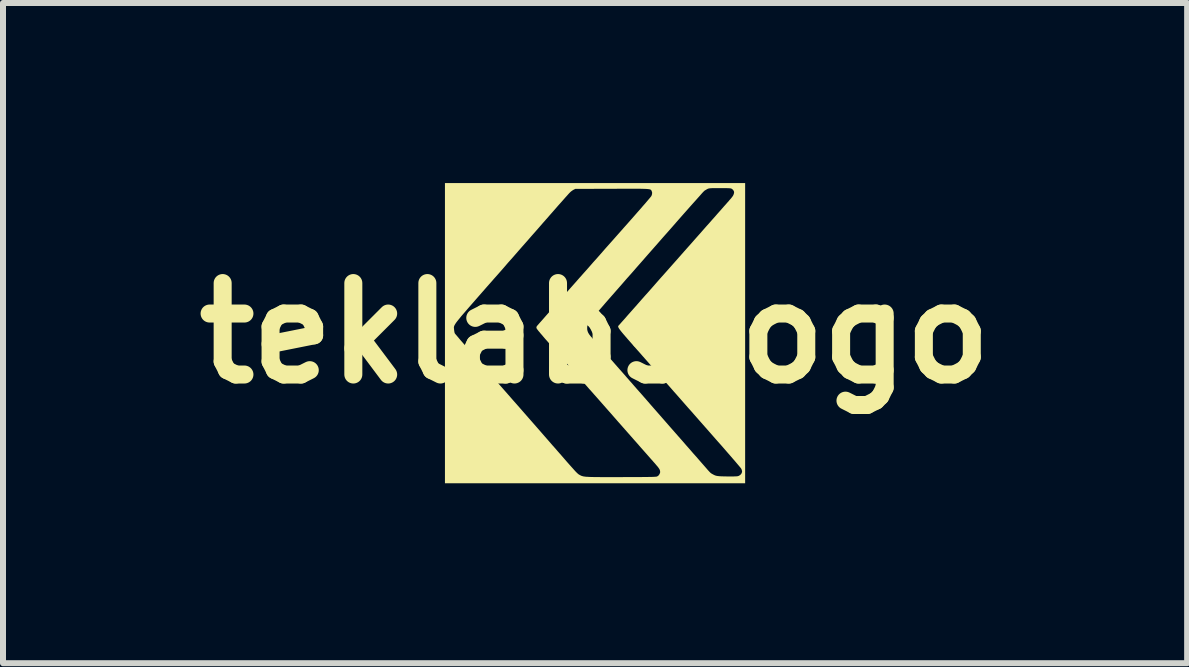
<source format=kicad_pcb>
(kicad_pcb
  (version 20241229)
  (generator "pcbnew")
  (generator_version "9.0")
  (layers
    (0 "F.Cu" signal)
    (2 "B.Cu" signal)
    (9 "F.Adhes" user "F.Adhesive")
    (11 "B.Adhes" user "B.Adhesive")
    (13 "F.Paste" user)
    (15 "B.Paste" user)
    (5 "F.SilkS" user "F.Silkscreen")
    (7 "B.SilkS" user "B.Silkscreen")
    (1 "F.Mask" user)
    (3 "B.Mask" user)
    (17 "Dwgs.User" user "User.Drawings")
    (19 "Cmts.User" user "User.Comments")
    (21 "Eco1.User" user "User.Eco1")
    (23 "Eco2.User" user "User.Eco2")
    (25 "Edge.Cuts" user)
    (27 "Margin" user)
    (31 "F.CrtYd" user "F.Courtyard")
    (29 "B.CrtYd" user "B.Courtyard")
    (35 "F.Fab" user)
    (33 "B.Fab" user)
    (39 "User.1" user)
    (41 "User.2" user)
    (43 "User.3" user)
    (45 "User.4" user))
  (footprint "teklabslogo"
    (layer "F.Cu")
    (at 6.865 2.501)
    (property "Reference" "teklabslogo" (at 0 0 0) (layer "F.SilkS") (effects (font (size 1.524 1.524) (thickness 0.3))))
    (attr board_only exclude_from_pos_files exclude_from_bom)
    (fp_poly (pts (xy 2.501 2.501) (xy -2.501 2.501) (xy -2.501 -0.09) (xy -2.352 -0.09) (xy -2.351 -0.081) (xy -2.35 -0.071) (xy -2.349 -0.061) (xy -2.349 -0.06) (xy -2.346 -0.035) (xy -2.342 -0.012) (xy -2.337 0.003) (xy -2.331 0.011) (xy -2.318 0.027) (xy -2.297 0.051) (xy -2.271 0.082) (xy -2.239 0.12) (xy -2.202 0.162) (xy -2.161 0.21) (xy -2.117 0.261) (xy -2.07 0.315) (xy -2.028 0.363) (xy -1.978 0.42) (xy -1.921 0.485) (xy -1.858 0.557) (xy -1.79 0.634) (xy -1.719 0.715) (xy -1.647 0.798) (xy -1.573 0.882) (xy -1.499 0.966) (xy -1.428 1.047) (xy -1.359 1.126) (xy -1.313 1.178) (xy -1.247 1.253) (xy -1.179 1.331) (xy -1.108 1.412) (xy -1.037 1.493) (xy -0.966 1.574) (xy -0.897 1.653) (xy -0.831 1.729) (xy -0.768 1.801) (xy -0.711 1.867) (xy -0.659 1.925) (xy -0.624 1.966) (xy -0.564 2.034) (xy -0.512 2.094) (xy -0.467 2.146) (xy -0.428 2.19) (xy -0.395 2.227) (xy -0.367 2.258) (xy -0.344 2.284) (xy -0.325 2.305) (xy -0.309 2.321) (xy -0.296 2.334) (xy -0.285 2.343) (xy -0.276 2.351) (xy -0.267 2.357) (xy -0.259 2.361) (xy -0.251 2.366) (xy -0.25 2.366) (xy -0.239 2.372) (xy -0.228 2.377) (xy -0.217 2.381) (xy -0.205 2.384) (xy -0.19 2.388) (xy -0.173 2.39) (xy -0.152 2.393) (xy -0.127 2.394) (xy -0.096 2.396) (xy -0.06 2.397) (xy -0.016 2.398) (xy 0.035 2.398) (xy 0.094 2.399) (xy 0.163 2.399) (xy 0.242 2.399) (xy 0.332 2.399) (xy 0.433 2.399) (xy 0.444 2.399) (xy 0.542 2.398) (xy 0.628 2.398) (xy 0.703 2.398) (xy 0.768 2.398) (xy 0.823 2.397) (xy 0.87 2.397) (xy 0.909 2.396) (xy 0.942 2.396) (xy 0.967 2.395) (xy 0.988 2.394) (xy 1.004 2.393) (xy 1.016 2.392) (xy 1.025 2.391) (xy 1.031 2.389) (xy 1.036 2.387) (xy 1.039 2.386) (xy 1.06 2.37) (xy 1.076 2.346) (xy 1.085 2.32) (xy 1.084 2.299) (xy 1.081 2.287) (xy 1.077 2.275) (xy 1.07 2.262) (xy 1.06 2.247) (xy 1.046 2.228) (xy 1.026 2.205) (xy 1 2.174) (xy 0.966 2.136) (xy 0.965 2.134) (xy 0.946 2.113) (xy 0.92 2.084) (xy 0.888 2.047) (xy 0.849 2.003) (xy 0.805 1.953) (xy 0.756 1.898) (xy 0.704 1.838) (xy 0.648 1.775) (xy 0.591 1.71) (xy 0.531 1.642) (xy 0.471 1.574) (xy 0.45 1.55) (xy 0.388 1.48) (xy 0.325 1.408) (xy 0.263 1.337) (xy 0.201 1.267) (xy 0.142 1.2) (xy 0.085 1.135) (xy 0.032 1.075) (xy -0.016 1.021) (xy -0.059 0.972) (xy -0.096 0.931) (xy -0.125 0.898) (xy -0.128 0.894) (xy -0.227 0.782) (xy -0.317 0.679) (xy -0.4 0.585) (xy -0.476 0.499) (xy -0.545 0.421) (xy -0.607 0.35) (xy -0.663 0.286) (xy -0.713 0.229) (xy -0.757 0.179) (xy -0.796 0.134) (xy -0.831 0.095) (xy -0.86 0.061) (xy -0.885 0.031) (xy -0.907 0.006) (xy -0.924 -0.015) (xy -0.939 -0.032) (xy -0.95 -0.046) (xy -0.959 -0.058) (xy -0.966 -0.067) (xy -0.97 -0.073) (xy -0.973 -0.079) (xy -0.975 -0.083) (xy -0.976 -0.084) (xy -0.131 -0.084) (xy -0.13 -0.057) (xy -0.124 -0.032) (xy -0.114 -0.007) (xy -0.098 0.02) (xy -0.075 0.05) (xy -0.043 0.086) (xy -0.043 0.088) (xy -0.033 0.098) (xy -0.016 0.117) (xy 0.008 0.145) (xy 0.039 0.18) (xy 0.077 0.223) (xy 0.12 0.273) (xy 0.169 0.329) (xy 0.223 0.39) (xy 0.282 0.457) (xy 0.344 0.528) (xy 0.41 0.603) (xy 0.48 0.682) (xy 0.551 0.764) (xy 0.626 0.849) (xy 0.701 0.935) (xy 0.779 1.023) (xy 0.857 1.112) (xy 0.935 1.202) (xy 1.013 1.291) (xy 1.091 1.38) (xy 1.167 1.467) (xy 1.242 1.553) (xy 1.315 1.636) (xy 1.386 1.717) (xy 1.454 1.794) (xy 1.518 1.868) (xy 1.579 1.937) (xy 1.635 2.002) (xy 1.687 2.06) (xy 1.733 2.113) (xy 1.774 2.16) (xy 1.809 2.2) (xy 1.837 2.232) (xy 1.858 2.256) (xy 1.871 2.271) (xy 1.875 2.276) (xy 1.897 2.3) (xy 1.914 2.318) (xy 1.928 2.331) (xy 1.944 2.342) (xy 1.964 2.353) (xy 1.964 2.353) (xy 1.983 2.363) (xy 2.001 2.371) (xy 2.021 2.377) (xy 2.044 2.381) (xy 2.073 2.384) (xy 2.107 2.386) (xy 2.151 2.387) (xy 2.205 2.388) (xy 2.218 2.388) (xy 2.267 2.388) (xy 2.305 2.388) (xy 2.334 2.387) (xy 2.356 2.386) (xy 2.371 2.385) (xy 2.383 2.382) (xy 2.392 2.379) (xy 2.401 2.376) (xy 2.401 2.375) (xy 2.425 2.358) (xy 2.443 2.334) (xy 2.45 2.309) (xy 2.45 2.304) (xy 2.447 2.287) (xy 2.44 2.266) (xy 2.436 2.259) (xy 2.43 2.25) (xy 2.417 2.234) (xy 2.396 2.209) (xy 2.368 2.176) (xy 2.335 2.137) (xy 2.296 2.092) (xy 2.252 2.041) (xy 2.204 1.986) (xy 2.153 1.927) (xy 2.098 1.864) (xy 2.04 1.799) (xy 1.997 1.75) (xy 1.933 1.677) (xy 1.867 1.602) (xy 1.8 1.526) (xy 1.734 1.451) (xy 1.669 1.377) (xy 1.606 1.305) (xy 1.546 1.238) (xy 1.491 1.175) (xy 1.441 1.118) (xy 1.397 1.068) (xy 1.36 1.026) (xy 1.357 1.022) (xy 1.318 0.979) (xy 1.273 0.927) (xy 1.222 0.869) (xy 1.165 0.805) (xy 1.105 0.737) (xy 1.042 0.665) (xy 0.978 0.592) (xy 0.913 0.518) (xy 0.849 0.445) (xy 0.786 0.374) (xy 0.763 0.347) (xy 0.697 0.273) (xy 0.639 0.207) (xy 0.588 0.149) (xy 0.544 0.099) (xy 0.506 0.055) (xy 0.475 0.019) (xy 0.449 -0.012) (xy 0.428 -0.038) (xy 0.412 -0.059) (xy 0.4 -0.076) (xy 0.392 -0.09) (xy 0.387 -0.1) (xy 0.385 -0.109) (xy 0.386 -0.116) (xy 0.388 -0.122) (xy 0.393 -0.127) (xy 0.398 -0.132) (xy 0.402 -0.137) (xy 0.409 -0.144) (xy 0.423 -0.16) (xy 0.444 -0.184) (xy 0.471 -0.214) (xy 0.504 -0.251) (xy 0.541 -0.294) (xy 0.583 -0.341) (xy 0.629 -0.393) (xy 0.677 -0.447) (xy 0.727 -0.504) (xy 0.729 -0.506) (xy 0.776 -0.56) (xy 0.831 -0.622) (xy 0.892 -0.69) (xy 0.958 -0.765) (xy 1.028 -0.845) (xy 1.101 -0.928) (xy 1.177 -1.013) (xy 1.254 -1.1) (xy 1.331 -1.187) (xy 1.407 -1.273) (xy 1.481 -1.357) (xy 1.544 -1.428) (xy 1.61 -1.502) (xy 1.674 -1.575) (xy 1.737 -1.646) (xy 1.796 -1.713) (xy 1.853 -1.778) (xy 1.907 -1.838) (xy 1.956 -1.894) (xy 2 -1.943) (xy 2.038 -1.987) (xy 2.071 -2.024) (xy 2.097 -2.053) (xy 2.115 -2.074) (xy 2.122 -2.082) (xy 2.15 -2.114) (xy 2.179 -2.146) (xy 2.205 -2.176) (xy 2.228 -2.201) (xy 2.238 -2.214) (xy 2.265 -2.244) (xy 2.283 -2.267) (xy 2.297 -2.286) (xy 2.306 -2.303) (xy 2.312 -2.32) (xy 2.313 -2.323) (xy 2.317 -2.342) (xy 2.316 -2.357) (xy 2.311 -2.37) (xy 2.298 -2.389) (xy 2.281 -2.403) (xy 2.28 -2.404) (xy 2.273 -2.408) (xy 2.266 -2.41) (xy 2.255 -2.413) (xy 2.241 -2.414) (xy 2.221 -2.415) (xy 2.193 -2.416) (xy 2.158 -2.416) (xy 2.111 -2.416) (xy 2.082 -2.416) (xy 2.03 -2.416) (xy 1.988 -2.416) (xy 1.957 -2.416) (xy 1.932 -2.415) (xy 1.914 -2.413) (xy 1.901 -2.412) (xy 1.89 -2.409) (xy 1.881 -2.406) (xy 1.874 -2.403) (xy 1.851 -2.39) (xy 1.828 -2.376) (xy 1.821 -2.371) (xy 1.814 -2.364) (xy 1.799 -2.349) (xy 1.777 -2.325) (xy 1.749 -2.293) (xy 1.715 -2.255) (xy 1.675 -2.21) (xy 1.63 -2.16) (xy 1.581 -2.105) (xy 1.529 -2.046) (xy 1.473 -1.983) (xy 1.415 -1.917) (xy 1.357 -1.851) (xy 1.29 -1.774) (xy 1.216 -1.69) (xy 1.136 -1.6) (xy 1.052 -1.504) (xy 0.965 -1.405) (xy 0.876 -1.304) (xy 0.787 -1.202) (xy 0.698 -1.101) (xy 0.612 -1.002) (xy 0.528 -0.908) (xy 0.45 -0.818) (xy 0.407 -0.769) (xy 0.32 -0.67) (xy 0.242 -0.581) (xy 0.172 -0.501) (xy 0.11 -0.429) (xy 0.055 -0.366) (xy 0.009 -0.312) (xy -0.031 -0.266) (xy -0.062 -0.229) (xy -0.086 -0.199) (xy -0.104 -0.178) (xy -0.114 -0.164) (xy -0.116 -0.159) (xy -0.126 -0.134) (xy -0.13 -0.107) (xy -0.131 -0.084) (xy -0.976 -0.084) (xy -0.976 -0.085) (xy -0.977 -0.098) (xy -0.974 -0.109) (xy -0.965 -0.122) (xy -0.95 -0.139) (xy -0.937 -0.154) (xy -0.916 -0.178) (xy -0.888 -0.209) (xy -0.853 -0.249) (xy -0.813 -0.295) (xy -0.766 -0.348) (xy -0.714 -0.406) (xy -0.658 -0.47) (xy -0.598 -0.538) (xy -0.534 -0.61) (xy -0.468 -0.685) (xy -0.399 -0.763) (xy -0.328 -0.843) (xy -0.256 -0.925) (xy -0.183 -1.007) (xy -0.109 -1.09) (xy -0.037 -1.173) (xy 0.036 -1.254) (xy 0.107 -1.335) (xy 0.175 -1.413) (xy 0.242 -1.488) (xy 0.306 -1.56) (xy 0.366 -1.628) (xy 0.422 -1.691) (xy 0.474 -1.75) (xy 0.52 -1.802) (xy 0.561 -1.848) (xy 0.596 -1.888) (xy 0.606 -1.899) (xy 0.657 -1.957) (xy 0.706 -2.013) (xy 0.753 -2.066) (xy 0.795 -2.115) (xy 0.834 -2.159) (xy 0.867 -2.198) (xy 0.895 -2.231) (xy 0.917 -2.257) (xy 0.932 -2.276) (xy 0.94 -2.286) (xy 0.94 -2.287) (xy 0.95 -2.317) (xy 0.951 -2.346) (xy 0.942 -2.371) (xy 0.942 -2.372) (xy 0.938 -2.378) (xy 0.935 -2.383) (xy 0.931 -2.387) (xy 0.925 -2.391) (xy 0.918 -2.394) (xy 0.907 -2.397) (xy 0.894 -2.399) (xy 0.876 -2.401) (xy 0.853 -2.403) (xy 0.824 -2.404) (xy 0.788 -2.405) (xy 0.746 -2.406) (xy 0.696 -2.406) (xy 0.636 -2.406) (xy 0.568 -2.406) (xy 0.489 -2.406) (xy 0.399 -2.406) (xy 0.298 -2.405) (xy 0.28 -2.405) (xy -0.328 -2.404) (xy -0.358 -2.389) (xy -0.379 -2.376) (xy -0.402 -2.359) (xy -0.417 -2.345) (xy -0.426 -2.336) (xy -0.443 -2.318) (xy -0.466 -2.292) (xy -0.495 -2.26) (xy -0.53 -2.22) (xy -0.569 -2.176) (xy -0.613 -2.127) (xy -0.66 -2.073) (xy -0.709 -2.017) (xy -0.761 -1.958) (xy -0.773 -1.944) (xy -0.817 -1.894) (xy -0.869 -1.835) (xy -0.927 -1.768) (xy -0.991 -1.695) (xy -1.06 -1.617) (xy -1.133 -1.533) (xy -1.21 -1.446) (xy -1.288 -1.357) (xy -1.368 -1.265) (xy -1.45 -1.173) (xy -1.53 -1.08) (xy -1.61 -0.989) (xy -1.689 -0.9) (xy -1.715 -0.87) (xy -1.8 -0.774) (xy -1.877 -0.686) (xy -1.947 -0.606) (xy -2.009 -0.535) (xy -2.065 -0.471) (xy -2.114 -0.415) (xy -2.158 -0.364) (xy -2.196 -0.32) (xy -2.229 -0.282) (xy -2.256 -0.248) (xy -2.28 -0.219) (xy -2.299 -0.195) (xy -2.315 -0.174) (xy -2.327 -0.156) (xy -2.336 -0.141) (xy -2.343 -0.128) (xy -2.348 -0.117) (xy -2.35 -0.107) (xy -2.352 -0.098) (xy -2.352 -0.09) (xy -2.501 -0.09) (xy -2.501 -2.501) (xy 2.501 -2.501)) (stroke (width 0) (type solid)) (fill yes) (layer "F.SilkS")))
  (gr_rect
    (start -3 -3)
    (end 16.731 8.001)
    (stroke (width 0.1) (type default))
    (fill no)
    (layer "Edge.Cuts")))
</source>
